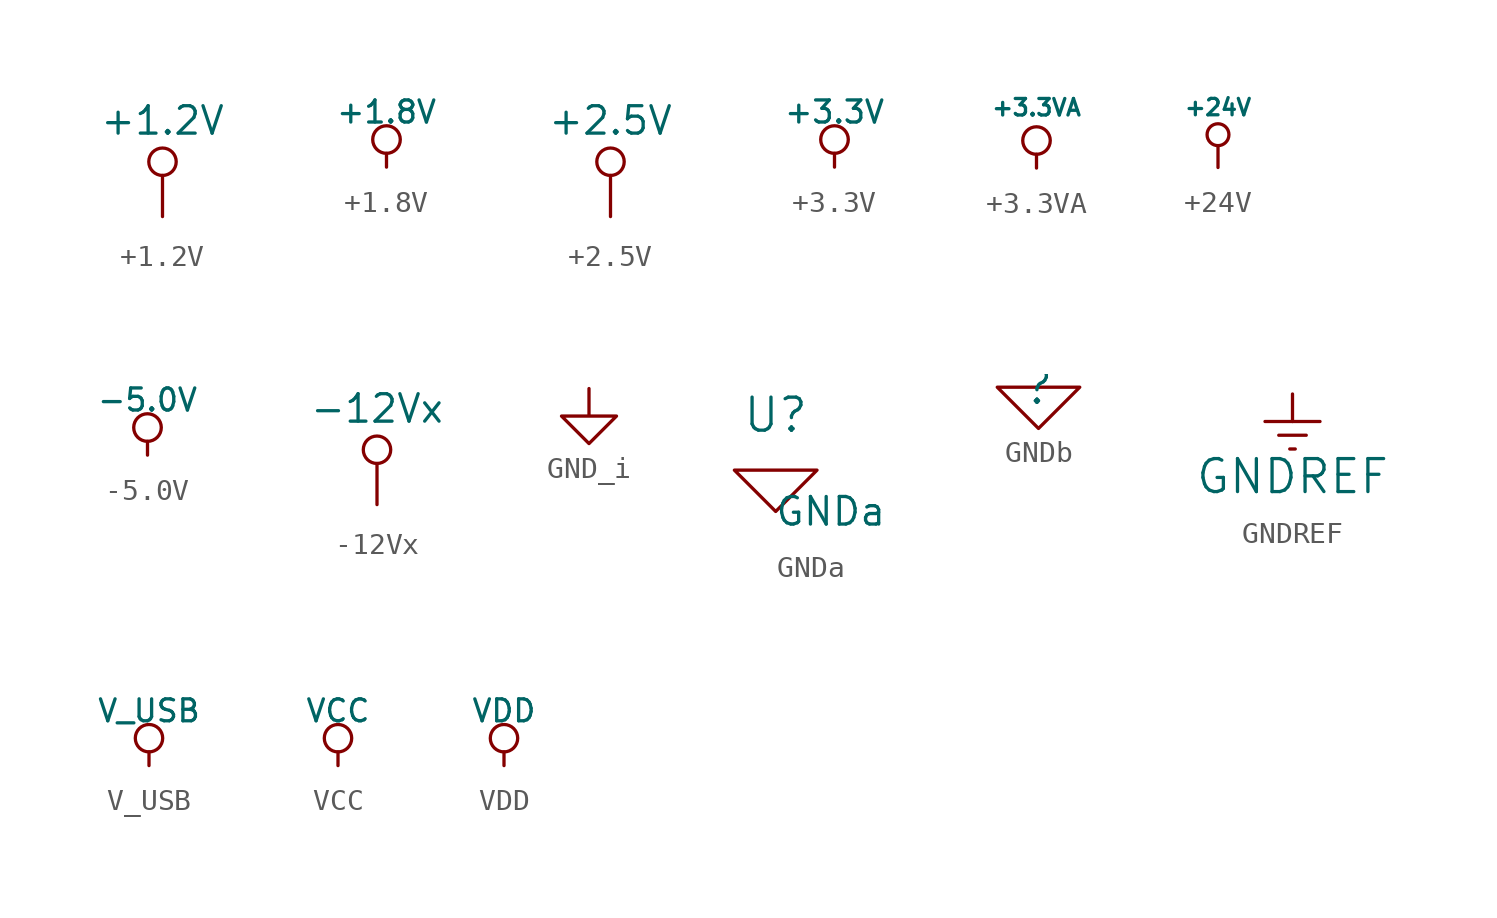
<source format=kicad_sym>
(kicad_symbol_lib
  (version 20231120)
  (generator "kicad_symbol_editor")
  (generator_version "8.0")
  (symbol "+1.2V"
    (power)
    (pin_names
      (offset 0))
    (property "Reference" "#PWR"
      (at 5.08 -1.27 0)
      (effects (font (size 1.27 1.27)) (hide yes)))
    (property "Value" "+1.2V"
      (at 0 1.905 0)
      (effects (font (size 1.27 1.27))))
    (property "Footprint" ""
      (at 0 0 0)
      (effects (font (size 1.524 1.524))))
    (property "Datasheet" ""
      (at 0 0 0)
      (effects (font (size 1.524 1.524))))
    (symbol "+1.2V_0_1"
      (polyline (pts (xy 0 -0.635) (xy 0 -2.54)) (stroke (width 0) (type default)) (fill (type none)))
      (circle (center 0 0) (radius 0.635) (stroke (width 0) (type default)) (fill (type none))))
    (symbol "+1.2V_1_1"
      (pin power_in line (at 0 -2.54 90) (length 0) hide (name "+1.2V" (effects (font (size 1.27 1.27)))) (number "1" (effects (font (size 1.27 1.27)))))))
  (symbol "+1.8V"
    (power)
    (pin_names
      (offset 0))
    (property "Reference" "#PWR"
      (at 5.08 -1.27 0)
      (effects (font (size 1.27 1.27)) (hide yes)))
    (property "Value" "+1.8V"
      (at 0 0 0)
      (effects (font (size 1.016 1.016))))
    (property "Footprint" ""
      (at 0 -1.27 0)
      (effects (font (size 1.524 1.524))))
    (property "Datasheet" ""
      (at 0 -1.27 0)
      (effects (font (size 1.524 1.524))))
    (symbol "+1.8V_0_1"
      (circle (center 0 -1.27) (radius 0.635) (stroke (width 0) (type default)) (fill (type none)))
      (polyline (pts (xy 0 -1.905) (xy 0 -2.54)) (stroke (width 0) (type default)) (fill (type none))))
    (symbol "+1.8V_1_1"
      (pin power_in line (at 0 -2.54 90) (length 0) hide (name "+1.8V" (effects (font (size 1.27 1.27)))) (number "1" (effects (font (size 1.27 1.27)))))))
  (symbol "+2.5V"
    (power)
    (pin_names
      (offset 0))
    (property "Reference" "#PWR"
      (at 5.08 -1.27 0)
      (effects (font (size 1.27 1.27)) (hide yes)))
    (property "Value" "+2.5V"
      (at 0 1.905 0)
      (effects (font (size 1.27 1.27))))
    (property "Footprint" ""
      (at 0 0 0)
      (effects (font (size 1.524 1.524))))
    (property "Datasheet" ""
      (at 0 0 0)
      (effects (font (size 1.524 1.524))))
    (symbol "+2.5V_0_1"
      (polyline (pts (xy 0 -0.635) (xy 0 -2.54)) (stroke (width 0) (type default)) (fill (type none)))
      (circle (center 0 0) (radius 0.635) (stroke (width 0) (type default)) (fill (type none))))
    (symbol "+2.5V_1_1"
      (pin power_in line (at 0 -2.54 90) (length 0) hide (name "+2.5V" (effects (font (size 1.27 1.27)))) (number "1" (effects (font (size 1.27 1.27)))))))
  (symbol "+3.3V"
    (power)
    (pin_names
      (offset 1.016))
    (property "Reference" "#PWR"
      (at 0.254 -0.254 0)
      (effects (font (size 0.762 0.762)) (hide yes)))
    (property "Value" "+3.3V"
      (at 0 2.54 0)
      (effects (font (size 1.016 1.016))))
    (symbol "+3.3V_0_0"
      (pin power_in line (at 0 0 90) (length 0) hide (name "+3.3V" (effects (font (size 0.762 0.762)))) (number "1" (effects (font (size 0.762 0.762))))))
    (symbol "+3.3V_0_1"
      (polyline (pts (xy 0 0.635) (xy 0 0)) (stroke (width 0) (type default)) (fill (type none)))
      (circle (center 0 1.27) (radius 0.635) (stroke (width 0) (type default)) (fill (type none)))))
  (symbol "+3.3VA"
    (power)
    (pin_names
      (offset 0))
    (property "Reference" "#PWR"
      (at 0 -1.016 0)
      (effects (font (size 0.762 0.762)) (hide yes)))
    (property "Value" "+3.3VA"
      (at 0 2.794 0)
      (effects (font (size 0.762 0.762))))
    (property "Footprint" ""
      (at 0 0 0)
      (effects (font (size 1.524 1.524))))
    (property "Datasheet" ""
      (at 0 0 0)
      (effects (font (size 1.524 1.524))))
    (symbol "+3.3VA_0_0"
      (pin power_in line (at 0 0 90) (length 0) hide (name "+3.3VA" (effects (font (size 0.762 0.762)))) (number "1" (effects (font (size 0.762 0.762))))))
    (symbol "+3.3VA_0_1"
      (polyline (pts (xy 0 0.635) (xy 0 0)) (stroke (width 0) (type default)) (fill (type none)))
      (circle (center 0 1.27) (radius 0.635) (stroke (width 0) (type default)) (fill (type none)))))
  (symbol "+24V"
    (power)
    (pin_names
      (offset 0))
    (property "Reference" "#PWR"
      (at 0 -1.016 0)
      (effects (font (size 0.762 0.762)) (hide yes)))
    (property "Value" "+24V"
      (at 0 2.794 0)
      (effects (font (size 0.762 0.762))))
    (property "Footprint" ""
      (at 0 0 0)
      (effects (font (size 1.524 1.524))))
    (property "Datasheet" ""
      (at 0 0 0)
      (effects (font (size 1.524 1.524))))
    (symbol "+24V_0_0"
      (pin power_in line (at 0 0 90) (length 0) hide (name "+24V" (effects (font (size 0.762 0.762)))) (number "1" (effects (font (size 0.762 0.762))))))
    (symbol "+24V_0_1"
      (polyline (pts (xy 0 0) (xy 0 1.016) (xy 0 1.016)) (stroke (width 0) (type default)) (fill (type none)))
      (circle (center 0 1.524) (radius 0.508) (stroke (width 0) (type default)) (fill (type none)))))
  (symbol "-5.0V"
    (power)
    (pin_names
      (offset 1.016))
    (property "Reference" "#PWR"
      (at 0.254 -0.254 0)
      (effects (font (size 0.762 0.762)) (hide yes)))
    (property "Value" "-5.0V"
      (at 0 2.54 0)
      (effects (font (size 1.016 1.016))))
    (symbol "-5.0V_0_0"
      (pin power_in line (at 0 0 90) (length 0) hide (name "-5.0V" (effects (font (size 0.762 0.762)))) (number "1" (effects (font (size 0.762 0.762))))))
    (symbol "-5.0V_0_1"
      (polyline (pts (xy 0 0.635) (xy 0 0)) (stroke (width 0) (type default)) (fill (type none)))
      (circle (center 0 1.27) (radius 0.635) (stroke (width 0) (type default)) (fill (type none)))))
  (symbol "-12Vx"
    (power)
    (pin_names
      (offset 0))
    (property "Reference" "#PWR"
      (at 5.08 -1.27 0)
      (effects (font (size 1.27 1.27)) (hide yes)))
    (property "Value" "-12Vx"
      (at 0 1.905 0)
      (effects (font (size 1.27 1.27))))
    (property "Footprint" ""
      (at 0 0 0)
      (effects (font (size 1.524 1.524))))
    (property "Datasheet" ""
      (at 0 0 0)
      (effects (font (size 1.524 1.524))))
    (symbol "-12Vx_0_1"
      (polyline (pts (xy 0 -0.635) (xy 0 -2.54)) (stroke (width 0) (type default)) (fill (type none)))
      (circle (center 0 0) (radius 0.635) (stroke (width 0) (type default)) (fill (type none))))
    (symbol "-12Vx_1_1"
      (pin power_in line (at 0 -2.54 90) (length 0) hide (name "-12Vx" (effects (font (size 1.27 1.27)))) (number "1" (effects (font (size 1.27 1.27)))))))
  (symbol "GND_i"
    (power)
    (pin_names
      (offset 0))
    (property "Reference" "#PWR"
      (at 0 -6.35 0)
      (effects (font (size 1.27 1.27)) (hide yes)))
    (property "Footprint" ""
      (at 0 0 0)
      (effects (font (size 1.27 1.27))))
    (property "Datasheet" ""
      (at 0 0 0)
      (effects (font (size 1.27 1.27))))
    (symbol "GND_i_0_1"
      (polyline (pts (xy 0 0) (xy 0 -1.27) (xy 1.27 -1.27) (xy 0 -2.54) (xy -1.27 -1.27) (xy 0 -1.27)) (stroke (width 0) (type default)) (fill (type none))))
    (symbol "GND_i_1_1"
      (pin power_in line (at 0 0 270) (length 0) hide (name "GND" (effects (font (size 1.27 1.27)))) (number "1" (effects (font (size 1.27 1.27)))))))
  (symbol "GNDa"
    (power)
    (pin_names
      (offset 1.016))
    (property "Reference" "U"
      (at 0 2.54 0)
      (effects (font (size 1.524 1.524))))
    (property "Value" "GNDa"
      (at 2.54 -1.905 0)
      (effects (font (size 1.27 1.27))))
    (property "Footprint" ""
      (at 0 0 0)
      (effects (font (size 1.524 1.524))))
    (property "Datasheet" ""
      (at 0 0 0)
      (effects (font (size 1.524 1.524))))
    (symbol "GNDa_0_1"
      (polyline (pts (xy -1.905 0) (xy 1.905 0) (xy 0 -1.905) (xy -1.905 0)) (stroke (width 0) (type default)) (fill (type none))))
    (symbol "GNDa_1_1"
      (pin passive line (at 0 0 0) (length 0) hide (name "GNDa" (effects (font (size 1.27 1.27)))) (number "1" (effects (font (size 1.27 1.27)))))))
  (symbol "GNDb"
    (power)
    (pin_numbers hide)
    (pin_names
      (offset 1.016) hide)
    (property "Reference" ""
      (at 0 0 0)
      (effects (font (size 1.524 1.524))))
    (property "Footprint" ""
      (at 0 0 0)
      (effects (font (size 1.524 1.524))))
    (property "Datasheet" ""
      (at 0 0 0)
      (effects (font (size 1.524 1.524))))
    (symbol "GNDb_0_1"
      (polyline (pts (xy 0 0) (xy 1.905 0) (xy 0 -1.905) (xy -1.905 0) (xy 0 0)) (stroke (width 0) (type default)) (fill (type none))))
    (symbol "GNDb_1_1"
      (pin passive line (at 0 0 0) (length 0) (name "GNDb" (effects (font (size 1.27 1.27)))) (number "1" (effects (font (size 1.27 1.27)))))))
  (symbol "GNDREF"
    (power)
    (pin_names
      (offset 0))
    (property "Reference" "#PWR"
      (at 0 -6.35 0)
      (effects (font (size 1.524 1.524)) (hide yes)))
    (property "Value" "GNDREF"
      (at 0 -3.81 0)
      (effects (font (size 1.524 1.524))))
    (property "Footprint" ""
      (at 0 0 0)
      (effects (font (size 1.524 1.524))))
    (property "Datasheet" ""
      (at 0 0 0)
      (effects (font (size 1.524 1.524))))
    (symbol "GNDREF_0_1"
      (polyline (pts (xy -0.635 -1.905) (xy 0.635 -1.905)) (stroke (width 0) (type default)) (fill (type none)))
      (polyline (pts (xy -0.127 -2.54) (xy 0.127 -2.54)) (stroke (width 0) (type default)) (fill (type none)))
      (polyline (pts (xy 0 -1.27) (xy 0 0)) (stroke (width 0) (type default)) (fill (type none)))
      (polyline (pts (xy 1.27 -1.27) (xy -1.27 -1.27)) (stroke (width 0) (type default)) (fill (type none))))
    (symbol "GNDREF_1_1"
      (pin power_in line (at 0 0 270) (length 0) hide (name "GNDREF" (effects (font (size 1.27 1.27)))) (number "1" (effects (font (size 1.27 1.27)))))))
  (symbol "V_USB"
    (power)
    (pin_names
      (offset 1.016))
    (property "Reference" "#PWR"
      (at 0.254 -0.254 0)
      (effects (font (size 0.762 0.762)) (hide yes)))
    (property "Value" "V_USB"
      (at 0 2.54 0)
      (effects (font (size 1.016 1.016))))
    (symbol "V_USB_0_0"
      (pin power_in line (at 0 0 90) (length 0) hide (name "V_USB" (effects (font (size 0.762 0.762)))) (number "1" (effects (font (size 0.762 0.762))))))
    (symbol "V_USB_0_1"
      (polyline (pts (xy 0 0.635) (xy 0 0)) (stroke (width 0) (type default)) (fill (type none)))
      (circle (center 0 1.27) (radius 0.635) (stroke (width 0) (type default)) (fill (type none)))))
  (symbol "VCC"
    (power)
    (pin_names
      (offset 0))
    (property "Reference" "#PWR"
      (at 0 2.54 0)
      (effects (font (size 0.762 0.762)) (hide yes)))
    (property "Value" "VCC"
      (at 0 2.54 0)
      (effects (font (size 1.016 1.016))))
    (property "Footprint" ""
      (at 0 0 0)
      (effects (font (size 1.524 1.524))))
    (property "Datasheet" ""
      (at 0 0 0)
      (effects (font (size 1.524 1.524))))
    (symbol "VCC_0_0"
      (pin power_in line (at 0 0 90) (length 0) hide (name "VCC" (effects (font (size 1.016 1.016)))) (number "1" (effects (font (size 1.016 1.016))))))
    (symbol "VCC_0_1"
      (polyline (pts (xy 0 0) (xy 0 0.635)) (stroke (width 0) (type default)) (fill (type none)))
      (circle (center 0 1.27) (radius 0.635) (stroke (width 0) (type default)) (fill (type none)))))
  (symbol "VDD"
    (power)
    (pin_names
      (offset 0))
    (property "Reference" "#PWR"
      (at 0 2.54 0)
      (effects (font (size 0.762 0.762)) (hide yes)))
    (property "Value" "VDD"
      (at 0 2.54 0)
      (effects (font (size 1.016 1.016))))
    (property "Footprint" ""
      (at 0 0 0)
      (effects (font (size 1.524 1.524))))
    (property "Datasheet" ""
      (at 0 0 0)
      (effects (font (size 1.524 1.524))))
    (symbol "VDD_0_0"
      (pin power_in line (at 0 0 90) (length 0) hide (name "VCC" (effects (font (size 1.016 1.016)))) (number "1" (effects (font (size 1.016 1.016))))))
    (symbol "VDD_0_1"
      (polyline (pts (xy 0 0) (xy 0 0.635)) (stroke (width 0) (type default)) (fill (type none)))
      (circle (center 0 1.27) (radius 0.635) (stroke (width 0) (type default)) (fill (type none))))))
</source>
